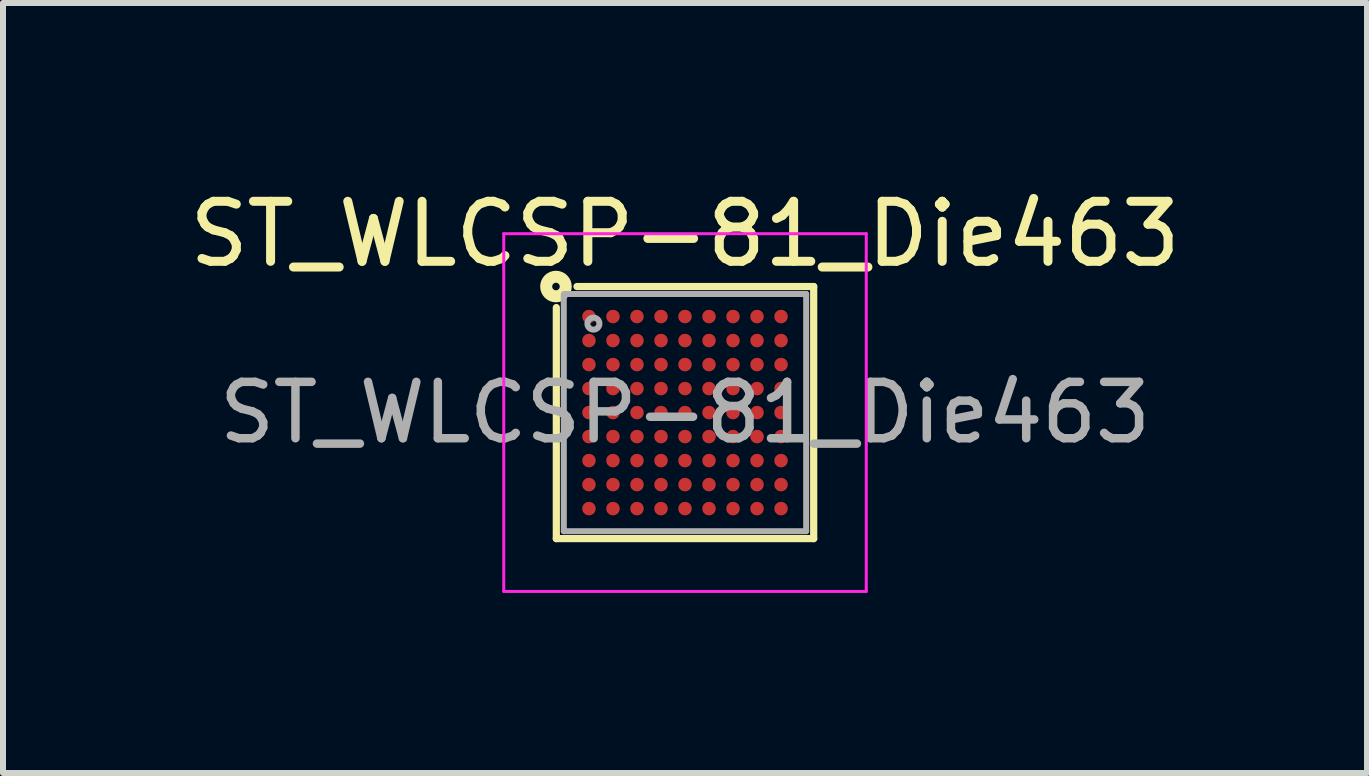
<source format=kicad_pcb>
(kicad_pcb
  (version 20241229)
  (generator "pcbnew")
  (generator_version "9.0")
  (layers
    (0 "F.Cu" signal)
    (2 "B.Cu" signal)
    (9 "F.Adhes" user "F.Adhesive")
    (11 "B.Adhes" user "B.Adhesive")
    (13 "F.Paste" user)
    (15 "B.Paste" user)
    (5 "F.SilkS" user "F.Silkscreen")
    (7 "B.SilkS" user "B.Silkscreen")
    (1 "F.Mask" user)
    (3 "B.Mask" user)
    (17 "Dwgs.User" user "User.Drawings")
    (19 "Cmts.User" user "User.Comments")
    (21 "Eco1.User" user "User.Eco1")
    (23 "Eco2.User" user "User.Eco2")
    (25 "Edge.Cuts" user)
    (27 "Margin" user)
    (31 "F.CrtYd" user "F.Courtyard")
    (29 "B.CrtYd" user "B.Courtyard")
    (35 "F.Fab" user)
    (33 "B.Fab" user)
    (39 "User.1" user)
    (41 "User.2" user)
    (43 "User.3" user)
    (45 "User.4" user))
  (footprint "ST_WLCSP-81_Die463"
    (layer "F.Cu")
    (at 8.363 3.824)
    (property "Reference" "ST_WLCSP-81_Die463" (at 0 -2.975 0) (layer "F.SilkS") (effects (font (size 1 1) (thickness 0.15))))
    (attr smd)
    (fp_line (start -2.144 2.1) (end -2.144 -1.75) (stroke (width 0.12) (type solid)) (layer "F.SilkS"))
    (fp_line (start -1.8 -2.1) (end 2.144 -2.1) (stroke (width 0.12) (type solid)) (layer "F.SilkS"))
    (fp_line (start 2.144 -2.1) (end 2.144 2.1) (stroke (width 0.12) (type solid)) (layer "F.SilkS"))
    (fp_line (start 2.144 2.1) (end -2.144 2.1) (stroke (width 0.12) (type solid)) (layer "F.SilkS"))
    (fp_circle (center -2.15 -2.1) (end -2.087 -2.1) (stroke (width 0.2) (type solid)) (fill no) (layer "F.SilkS"))
    (fp_line (start -3.02 -2.98) (end -3.02 2.98) (stroke (width 0.05) (type solid)) (layer "F.CrtYd"))
    (fp_line (start -3.02 2.98) (end 3.02 2.98) (stroke (width 0.05) (type solid)) (layer "F.CrtYd"))
    (fp_line (start 3.02 -2.98) (end -3.02 -2.98) (stroke (width 0.05) (type solid)) (layer "F.CrtYd"))
    (fp_line (start 3.02 2.98) (end 3.02 -2.98) (stroke (width 0.05) (type solid)) (layer "F.CrtYd"))
    (fp_line (start -2.019 1.976) (end -2.02 -1.97) (stroke (width 0.1) (type solid)) (layer "F.Fab"))
    (fp_line (start -2.01 -1.976) (end 2.019 -1.976) (stroke (width 0.1) (type solid)) (layer "F.Fab"))
    (fp_line (start 2.019 -1.976) (end 2.019 1.976) (stroke (width 0.1) (type solid)) (layer "F.Fab"))
    (fp_line (start 2.019 1.976) (end -2.019 1.976) (stroke (width 0.1) (type solid)) (layer "F.Fab"))
    (fp_circle (center -1.526 -1.482) (end -1.426 -1.482) (stroke (width 0.1) (type solid)) (fill no) (layer "F.Fab"))
    (fp_text user "${REFERENCE}" (at 0 0 0) (layer "F.Fab") (effects (font (size 0.94 0.94) (thickness 0.141))))
    (pad "A1" smd circle (at -1.6 -1.6) (size 0.225 0.225) (layers "F.Cu" "F.Mask" "F.Paste"))
    (pad "A2" smd circle (at -1.2 -1.6) (size 0.225 0.225) (layers "F.Cu" "F.Mask" "F.Paste"))
    (pad "A3" smd circle (at -0.8 -1.6) (size 0.225 0.225) (layers "F.Cu" "F.Mask" "F.Paste"))
    (pad "A4" smd circle (at -0.4 -1.6) (size 0.225 0.225) (layers "F.Cu" "F.Mask" "F.Paste"))
    (pad "A5" smd circle (at 0 -1.6) (size 0.225 0.225) (layers "F.Cu" "F.Mask" "F.Paste"))
    (pad "A6" smd circle (at 0.4 -1.6) (size 0.225 0.225) (layers "F.Cu" "F.Mask" "F.Paste"))
    (pad "A7" smd circle (at 0.8 -1.6) (size 0.225 0.225) (layers "F.Cu" "F.Mask" "F.Paste"))
    (pad "A8" smd circle (at 1.2 -1.6) (size 0.225 0.225) (layers "F.Cu" "F.Mask" "F.Paste"))
    (pad "A9" smd circle (at 1.6 -1.6) (size 0.225 0.225) (layers "F.Cu" "F.Mask" "F.Paste"))
    (pad "B1" smd circle (at -1.6 -1.2) (size 0.225 0.225) (layers "F.Cu" "F.Mask" "F.Paste"))
    (pad "B2" smd circle (at -1.2 -1.2) (size 0.225 0.225) (layers "F.Cu" "F.Mask" "F.Paste"))
    (pad "B3" smd circle (at -0.8 -1.2) (size 0.225 0.225) (layers "F.Cu" "F.Mask" "F.Paste"))
    (pad "B4" smd circle (at -0.4 -1.2) (size 0.225 0.225) (layers "F.Cu" "F.Mask" "F.Paste"))
    (pad "B5" smd circle (at 0 -1.2) (size 0.225 0.225) (layers "F.Cu" "F.Mask" "F.Paste"))
    (pad "B6" smd circle (at 0.4 -1.2) (size 0.225 0.225) (layers "F.Cu" "F.Mask" "F.Paste"))
    (pad "B7" smd circle (at 0.8 -1.2) (size 0.225 0.225) (layers "F.Cu" "F.Mask" "F.Paste"))
    (pad "B8" smd circle (at 1.2 -1.2) (size 0.225 0.225) (layers "F.Cu" "F.Mask" "F.Paste"))
    (pad "B9" smd circle (at 1.6 -1.2) (size 0.225 0.225) (layers "F.Cu" "F.Mask" "F.Paste"))
    (pad "C1" smd circle (at -1.6 -0.8) (size 0.225 0.225) (layers "F.Cu" "F.Mask" "F.Paste"))
    (pad "C2" smd circle (at -1.2 -0.8) (size 0.225 0.225) (layers "F.Cu" "F.Mask" "F.Paste"))
    (pad "C3" smd circle (at -0.8 -0.8) (size 0.225 0.225) (layers "F.Cu" "F.Mask" "F.Paste"))
    (pad "C4" smd circle (at -0.4 -0.8) (size 0.225 0.225) (layers "F.Cu" "F.Mask" "F.Paste"))
    (pad "C5" smd circle (at 0 -0.8) (size 0.225 0.225) (layers "F.Cu" "F.Mask" "F.Paste"))
    (pad "C6" smd circle (at 0.4 -0.8) (size 0.225 0.225) (layers "F.Cu" "F.Mask" "F.Paste"))
    (pad "C7" smd circle (at 0.8 -0.8) (size 0.225 0.225) (layers "F.Cu" "F.Mask" "F.Paste"))
    (pad "C8" smd circle (at 1.2 -0.8) (size 0.225 0.225) (layers "F.Cu" "F.Mask" "F.Paste"))
    (pad "C9" smd circle (at 1.6 -0.8) (size 0.225 0.225) (layers "F.Cu" "F.Mask" "F.Paste"))
    (pad "D1" smd circle (at -1.6 -0.4) (size 0.225 0.225) (layers "F.Cu" "F.Mask" "F.Paste"))
    (pad "D2" smd circle (at -1.2 -0.4) (size 0.225 0.225) (layers "F.Cu" "F.Mask" "F.Paste"))
    (pad "D3" smd circle (at -0.8 -0.4) (size 0.225 0.225) (layers "F.Cu" "F.Mask" "F.Paste"))
    (pad "D4" smd circle (at -0.4 -0.4) (size 0.225 0.225) (layers "F.Cu" "F.Mask" "F.Paste"))
    (pad "D5" smd circle (at 0 -0.4) (size 0.225 0.225) (layers "F.Cu" "F.Mask" "F.Paste"))
    (pad "D6" smd circle (at 0.4 -0.4) (size 0.225 0.225) (layers "F.Cu" "F.Mask" "F.Paste"))
    (pad "D7" smd circle (at 0.8 -0.4) (size 0.225 0.225) (layers "F.Cu" "F.Mask" "F.Paste"))
    (pad "D8" smd circle (at 1.2 -0.4) (size 0.225 0.225) (layers "F.Cu" "F.Mask" "F.Paste"))
    (pad "D9" smd circle (at 1.6 -0.4) (size 0.225 0.225) (layers "F.Cu" "F.Mask" "F.Paste"))
    (pad "E1" smd circle (at -1.6 0) (size 0.225 0.225) (layers "F.Cu" "F.Mask" "F.Paste"))
    (pad "E2" smd circle (at -1.2 0) (size 0.225 0.225) (layers "F.Cu" "F.Mask" "F.Paste"))
    (pad "E3" smd circle (at -0.8 0) (size 0.225 0.225) (layers "F.Cu" "F.Mask" "F.Paste"))
    (pad "E4" smd circle (at -0.4 0) (size 0.225 0.225) (layers "F.Cu" "F.Mask" "F.Paste"))
    (pad "E5" smd circle (at 0 0) (size 0.225 0.225) (layers "F.Cu" "F.Mask" "F.Paste"))
    (pad "E6" smd circle (at 0.4 0) (size 0.225 0.225) (layers "F.Cu" "F.Mask" "F.Paste"))
    (pad "E7" smd circle (at 0.8 0) (size 0.225 0.225) (layers "F.Cu" "F.Mask" "F.Paste"))
    (pad "E8" smd circle (at 1.2 0) (size 0.225 0.225) (layers "F.Cu" "F.Mask" "F.Paste"))
    (pad "E9" smd circle (at 1.6 0) (size 0.225 0.225) (layers "F.Cu" "F.Mask" "F.Paste"))
    (pad "F1" smd circle (at -1.6 0.4) (size 0.225 0.225) (layers "F.Cu" "F.Mask" "F.Paste"))
    (pad "F2" smd circle (at -1.2 0.4) (size 0.225 0.225) (layers "F.Cu" "F.Mask" "F.Paste"))
    (pad "F3" smd circle (at -0.8 0.4) (size 0.225 0.225) (layers "F.Cu" "F.Mask" "F.Paste"))
    (pad "F4" smd circle (at -0.4 0.4) (size 0.225 0.225) (layers "F.Cu" "F.Mask" "F.Paste"))
    (pad "F5" smd circle (at 0 0.4) (size 0.225 0.225) (layers "F.Cu" "F.Mask" "F.Paste"))
    (pad "F6" smd circle (at 0.4 0.4) (size 0.225 0.225) (layers "F.Cu" "F.Mask" "F.Paste"))
    (pad "F7" smd circle (at 0.8 0.4) (size 0.225 0.225) (layers "F.Cu" "F.Mask" "F.Paste"))
    (pad "F8" smd circle (at 1.2 0.4) (size 0.225 0.225) (layers "F.Cu" "F.Mask" "F.Paste"))
    (pad "F9" smd circle (at 1.6 0.4) (size 0.225 0.225) (layers "F.Cu" "F.Mask" "F.Paste"))
    (pad "G1" smd circle (at -1.6 0.8) (size 0.225 0.225) (layers "F.Cu" "F.Mask" "F.Paste"))
    (pad "G2" smd circle (at -1.2 0.8) (size 0.225 0.225) (layers "F.Cu" "F.Mask" "F.Paste"))
    (pad "G3" smd circle (at -0.8 0.8) (size 0.225 0.225) (layers "F.Cu" "F.Mask" "F.Paste"))
    (pad "G4" smd circle (at -0.4 0.8) (size 0.225 0.225) (layers "F.Cu" "F.Mask" "F.Paste"))
    (pad "G5" smd circle (at 0 0.8) (size 0.225 0.225) (layers "F.Cu" "F.Mask" "F.Paste"))
    (pad "G6" smd circle (at 0.4 0.8) (size 0.225 0.225) (layers "F.Cu" "F.Mask" "F.Paste"))
    (pad "G7" smd circle (at 0.8 0.8) (size 0.225 0.225) (layers "F.Cu" "F.Mask" "F.Paste"))
    (pad "G8" smd circle (at 1.2 0.8) (size 0.225 0.225) (layers "F.Cu" "F.Mask" "F.Paste"))
    (pad "G9" smd circle (at 1.6 0.8) (size 0.225 0.225) (layers "F.Cu" "F.Mask" "F.Paste"))
    (pad "H1" smd circle (at -1.6 1.2) (size 0.225 0.225) (layers "F.Cu" "F.Mask" "F.Paste"))
    (pad "H2" smd circle (at -1.2 1.2) (size 0.225 0.225) (layers "F.Cu" "F.Mask" "F.Paste"))
    (pad "H3" smd circle (at -0.8 1.2) (size 0.225 0.225) (layers "F.Cu" "F.Mask" "F.Paste"))
    (pad "H4" smd circle (at -0.4 1.2) (size 0.225 0.225) (layers "F.Cu" "F.Mask" "F.Paste"))
    (pad "H5" smd circle (at 0 1.2) (size 0.225 0.225) (layers "F.Cu" "F.Mask" "F.Paste"))
    (pad "H6" smd circle (at 0.4 1.2) (size 0.225 0.225) (layers "F.Cu" "F.Mask" "F.Paste"))
    (pad "H7" smd circle (at 0.8 1.2) (size 0.225 0.225) (layers "F.Cu" "F.Mask" "F.Paste"))
    (pad "H8" smd circle (at 1.2 1.2) (size 0.225 0.225) (layers "F.Cu" "F.Mask" "F.Paste"))
    (pad "H9" smd circle (at 1.6 1.2) (size 0.225 0.225) (layers "F.Cu" "F.Mask" "F.Paste"))
    (pad "J1" smd circle (at -1.6 1.6) (size 0.225 0.225) (layers "F.Cu" "F.Mask" "F.Paste"))
    (pad "J2" smd circle (at -1.2 1.6) (size 0.225 0.225) (layers "F.Cu" "F.Mask" "F.Paste"))
    (pad "J3" smd circle (at -0.8 1.6) (size 0.225 0.225) (layers "F.Cu" "F.Mask" "F.Paste"))
    (pad "J4" smd circle (at -0.4 1.6) (size 0.225 0.225) (layers "F.Cu" "F.Mask" "F.Paste"))
    (pad "J5" smd circle (at 0 1.6) (size 0.225 0.225) (layers "F.Cu" "F.Mask" "F.Paste"))
    (pad "J6" smd circle (at 0.4 1.6) (size 0.225 0.225) (layers "F.Cu" "F.Mask" "F.Paste"))
    (pad "J7" smd circle (at 0.8 1.6) (size 0.225 0.225) (layers "F.Cu" "F.Mask" "F.Paste"))
    (pad "J8" smd circle (at 1.2 1.6) (size 0.225 0.225) (layers "F.Cu" "F.Mask" "F.Paste"))
    (pad "J9" smd circle (at 1.6 1.6) (size 0.225 0.225) (layers "F.Cu" "F.Mask" "F.Paste")))
  (gr_rect
    (start -3 -3)
    (end 19.726 9.829)
    (stroke (width 0.1) (type default))
    (fill no)
    (layer "Edge.Cuts")))
</source>
